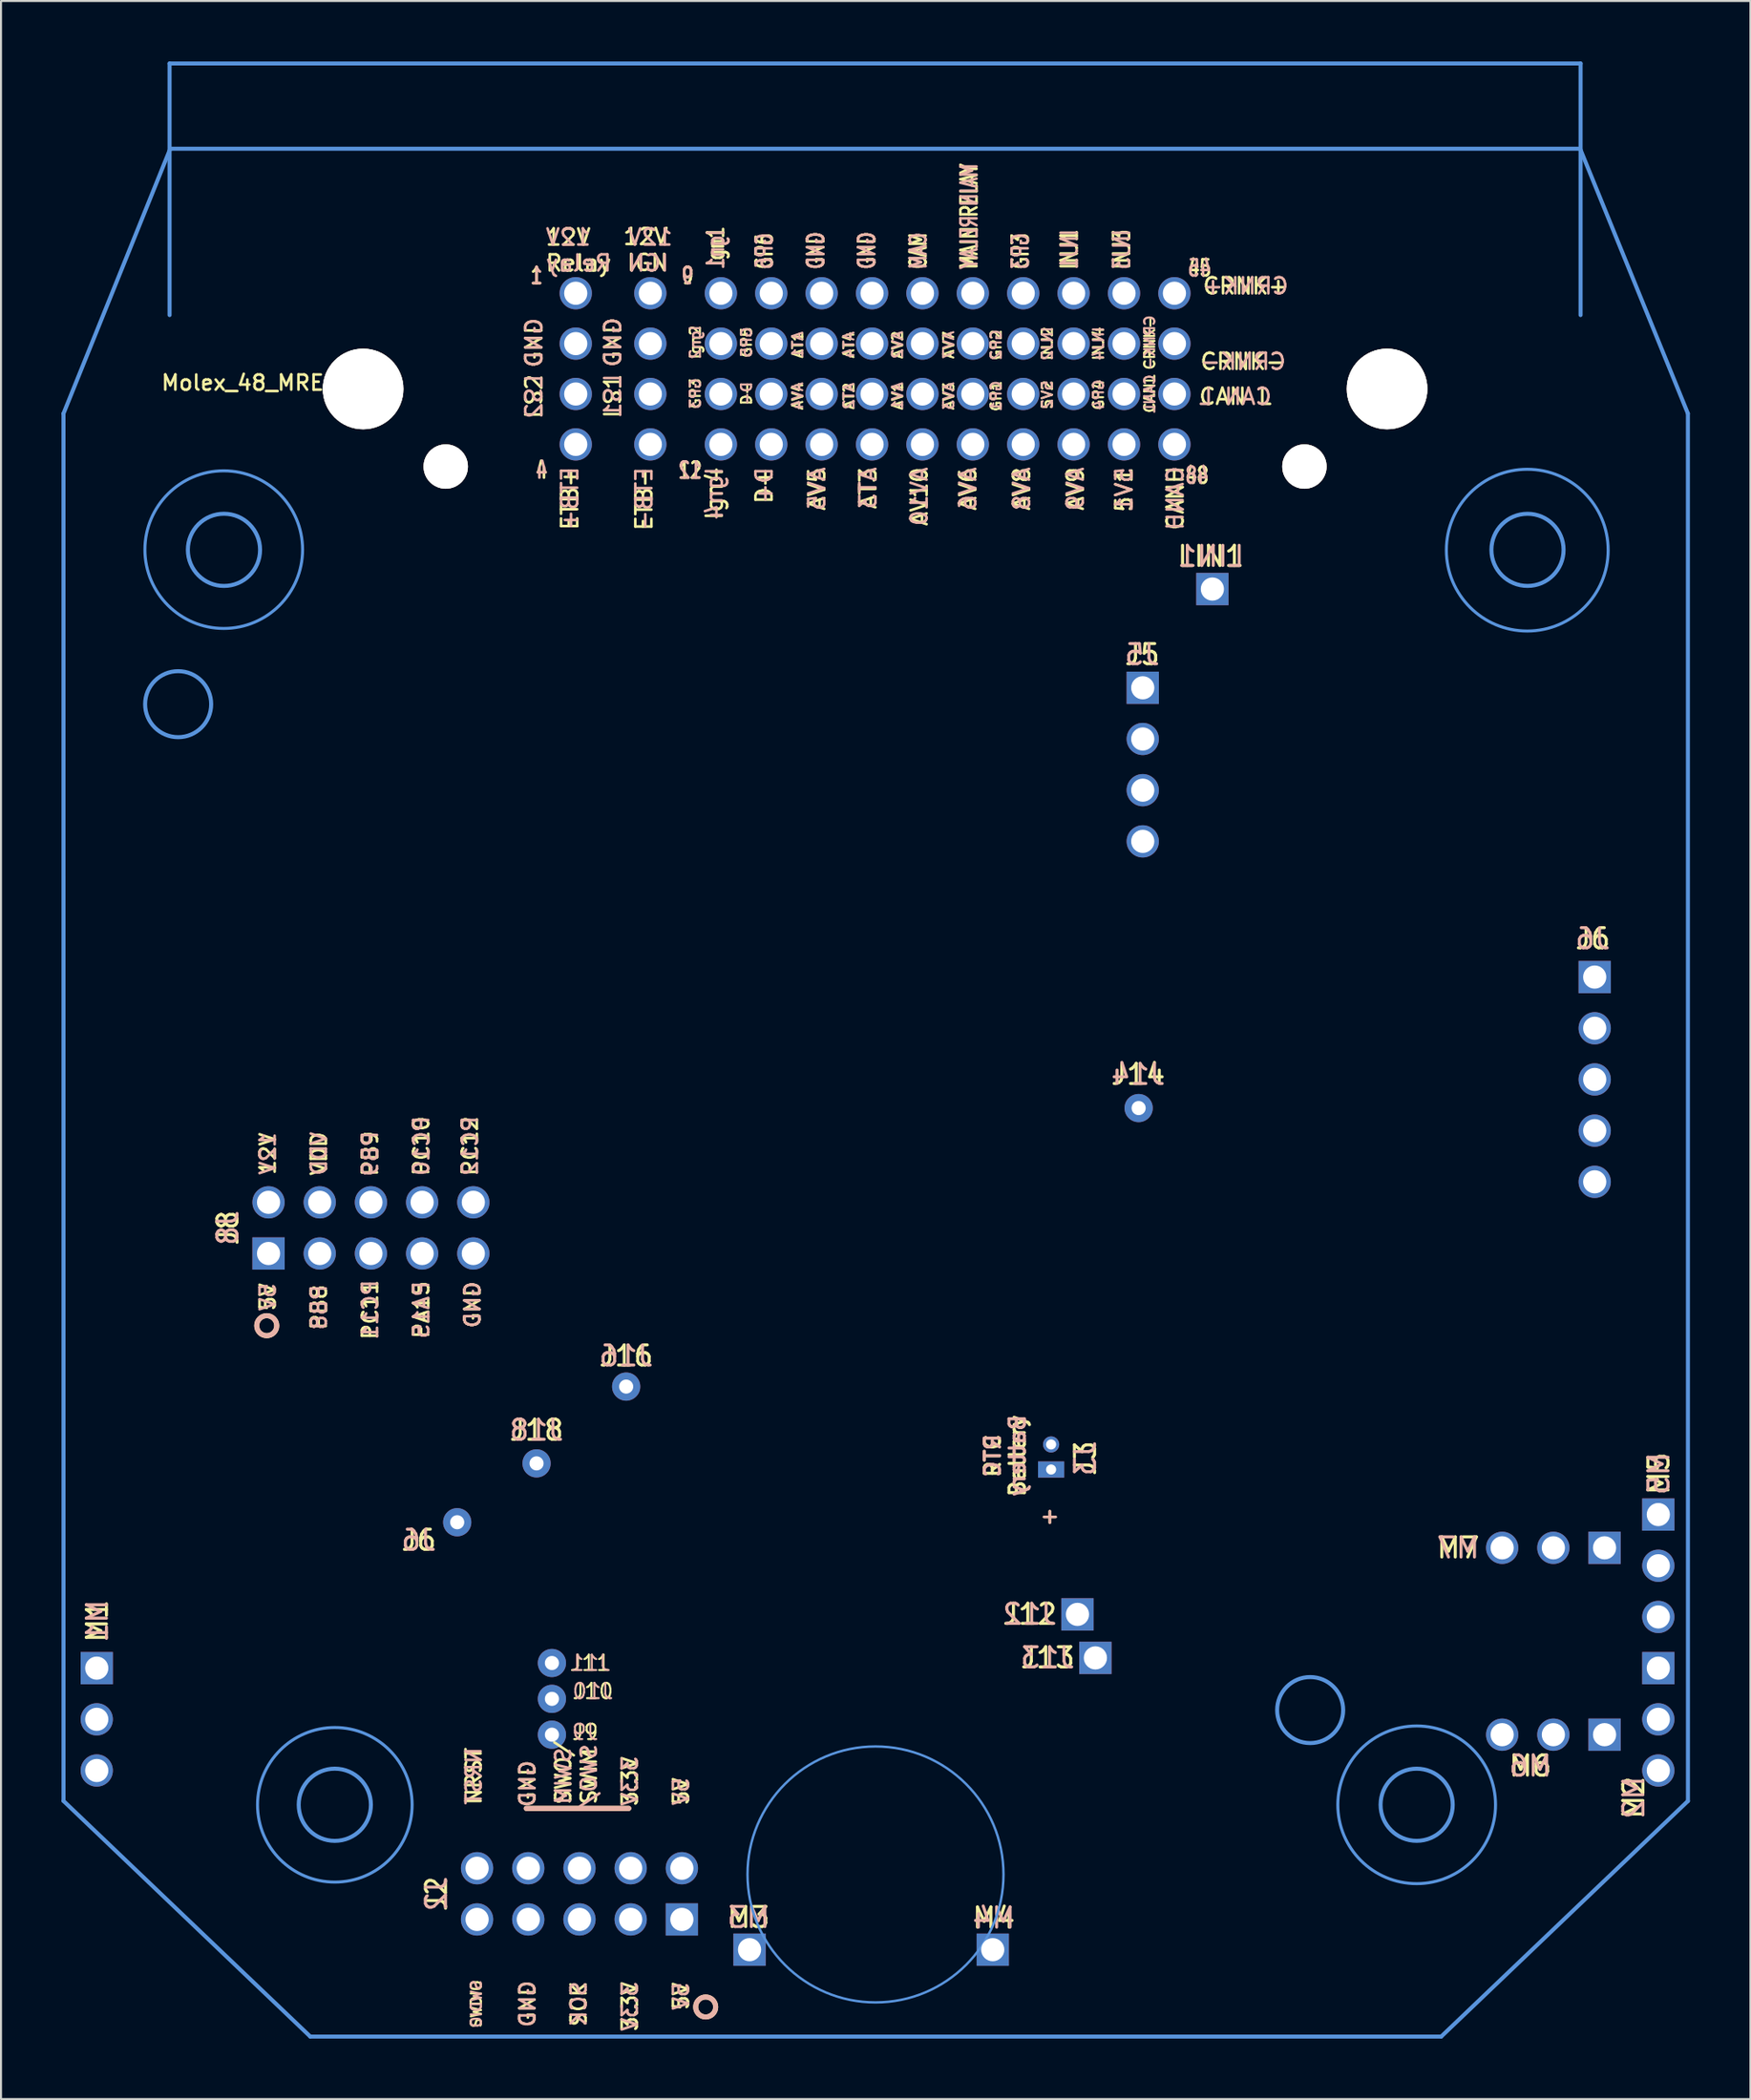
<source format=kicad_pcb>
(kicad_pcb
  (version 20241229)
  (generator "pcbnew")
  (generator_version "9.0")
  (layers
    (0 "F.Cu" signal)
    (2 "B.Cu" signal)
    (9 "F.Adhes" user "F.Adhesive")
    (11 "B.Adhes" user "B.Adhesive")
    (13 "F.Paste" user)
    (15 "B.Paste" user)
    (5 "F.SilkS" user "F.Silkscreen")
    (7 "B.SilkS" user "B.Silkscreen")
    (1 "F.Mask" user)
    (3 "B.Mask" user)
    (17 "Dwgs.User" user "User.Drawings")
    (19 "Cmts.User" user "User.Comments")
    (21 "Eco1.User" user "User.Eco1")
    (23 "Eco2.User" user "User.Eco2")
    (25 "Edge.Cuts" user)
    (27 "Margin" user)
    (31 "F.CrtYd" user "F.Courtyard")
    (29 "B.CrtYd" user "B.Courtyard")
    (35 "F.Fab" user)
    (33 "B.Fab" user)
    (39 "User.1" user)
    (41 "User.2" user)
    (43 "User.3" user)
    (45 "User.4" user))
  (footprint "Molex_48_MRE"
    (layer "F.Cu")
    (at 25.474 11.497)
    (property "Reference" "Molex_48_MRE" (at -16.485 4.445 0) (layer "F.SilkS") (effects (font (size 0.75 0.75) (thickness 0.13))))
    (attr through_hole)
    (fp_line (start -2.413 75.184) (end 2.667 75.184) (stroke (width 0.254) (type solid)) (layer "F.SilkS"))
    (fp_circle (center -15.291 51.232) (end -14.973 51.613) (stroke (width 0.25) (type solid)) (fill no) (layer "F.SilkS"))
    (fp_circle (center 6.485 85.037) (end 6.802 85.418) (stroke (width 0.25) (type solid)) (fill no) (layer "F.SilkS"))
    (fp_line (start -2.413 75.184) (end 2.667 75.184) (stroke (width 0.254) (type solid)) (layer "B.SilkS"))
    (fp_circle (center -15.291 51.232) (end -14.795 51.232) (stroke (width 0.25) (type solid)) (fill no) (layer "B.SilkS"))
    (fp_circle (center 6.485 85.037) (end 6.981 85.037) (stroke (width 0.25) (type solid)) (fill no) (layer "B.SilkS"))
    (fp_line (start -25.374 5.973) (end -25.372 74.816) (stroke (width 0.2) (type solid)) (layer "Cmts.User"))
    (fp_line (start -25.374 5.973) (end -20.078 -7.166) (stroke (width 0.2) (type solid)) (layer "Cmts.User"))
    (fp_line (start -20.111 -11.397) (end -20.111 1.086) (stroke (width 0.2) (type solid)) (layer "Cmts.User"))
    (fp_line (start -20.078 -7.166) (end 49.867 -7.166) (stroke (width 0.2) (type solid)) (layer "Cmts.User"))
    (fp_line (start -13.129 86.507) (end -25.372 74.816) (stroke (width 0.2) (type solid)) (layer "Cmts.User"))
    (fp_line (start -13.129 86.507) (end 42.973 86.507) (stroke (width 0.2) (type solid)) (layer "Cmts.User"))
    (fp_line (start 49.867 -7.166) (end 55.214 5.973) (stroke (width 0.2) (type solid)) (layer "Cmts.User"))
    (fp_line (start 49.889 -11.397) (end -20.111 -11.397) (stroke (width 0.2) (type solid)) (layer "Cmts.User"))
    (fp_line (start 49.889 -11.397) (end 49.889 1.086) (stroke (width 0.2) (type solid)) (layer "Cmts.User"))
    (fp_line (start 55.214 5.973) (end 55.216 74.816) (stroke (width 0.2) (type solid)) (layer "Cmts.User"))
    (fp_line (start 55.216 74.816) (end 42.973 86.507) (stroke (width 0.2) (type solid)) (layer "Cmts.User"))
    (fp_circle (center -19.686 20.394) (end -18.048 20.394) (stroke (width 0.2) (type solid)) (fill no) (layer "Cmts.User"))
    (fp_circle (center -17.424 12.725) (end -13.513 12.725) (stroke (width 0.15) (type solid)) (fill no) (layer "Cmts.User"))
    (fp_circle (center -17.413 12.736) (end -15.622 12.736) (stroke (width 0.2) (type solid)) (fill no) (layer "Cmts.User"))
    (fp_circle (center -11.914 75.004) (end -10.123 75.004) (stroke (width 0.2) (type solid)) (fill no) (layer "Cmts.User"))
    (fp_circle (center -11.913 75.006) (end -15.748 75.006) (stroke (width 0.15) (type solid)) (fill no) (layer "Cmts.User"))
    (fp_circle (center 14.91 78.461) (end 21.26 78.461) (stroke (width 0.12) (type solid)) (fill no) (layer "Cmts.User"))
    (fp_circle (center 36.474 70.305) (end 38.112 70.305) (stroke (width 0.2) (type solid)) (fill no) (layer "Cmts.User"))
    (fp_circle (center 41.757 75.004) (end 43.547 75.004) (stroke (width 0.2) (type solid)) (fill no) (layer "Cmts.User"))
    (fp_circle (center 41.758 75.006) (end 37.846 75.006) (stroke (width 0.15) (type solid)) (fill no) (layer "Cmts.User"))
    (fp_circle (center 47.244 12.751) (end 51.257 12.751) (stroke (width 0.15) (type solid)) (fill no) (layer "Cmts.User"))
    (fp_circle (center 47.256 12.736) (end 49.046 12.736) (stroke (width 0.2) (type solid)) (fill no) (layer "Cmts.User"))
    (fp_text user "GND" (at -5.08 50.19 270) (layer "F.SilkS") (effects (font (size 0.75 0.75) (thickness 0.13))))
    (fp_text user "LS1" (at 1.88 5.105 90) (layer "F.SilkS") (effects (font (size 0.8 0.8) (thickness 0.127))))
    (fp_text user "J11" (at 0.762 67.97 0) (layer "F.SilkS") (effects (font (size 0.762 0.762) (thickness 0.102))))
    (fp_text user "GND" (at -2.355 73.962 270) (layer "F.SilkS") (effects (font (size 0.75 0.75) (thickness 0.13))))
    (fp_text user "M4" (at 20.777 80.62 0) (layer "F.SilkS") (effects (font (size 1 1) (thickness 0.15))))
    (fp_text user "9" (at 5.588 -0.864 0) (layer "F.SilkS") (effects (font (size 0.8 0.6) (thickness 0.13))))
    (fp_text user "CANL" (at 28.512 4.991 90) (layer "F.SilkS") (effects (font (size 0.508 0.508) (thickness 0.102))))
    (fp_text user "CAM" (at 17.033 -1.113 90) (layer "F.SilkS") (effects (font (size 0.8 0.6) (thickness 0.13)) (justify left)))
    (fp_text user "Ign4" (at 6.921 8.558 90) (layer "F.SilkS") (effects (font (size 0.8 0.8) (thickness 0.13)) (justify right)))
    (fp_text user "1" (at -1.905 -0.864 0) (layer "F.SilkS") (effects (font (size 0.8 0.6) (thickness 0.13))))
    (fp_text user "12V" (at -15.24 42.697 270) (layer "F.SilkS") (effects (font (size 0.75 0.75) (thickness 0.13))))
    (fp_text user "J14" (at 27.94 38.76 0) (layer "F.SilkS") (effects (font (size 1 1) (thickness 0.15))))
    (fp_text user "GP2" (at 20.892 2.565 90) (layer "F.SilkS") (effects (font (size 0.508 0.508) (thickness 0.102))))
    (fp_text user "3.3V" (at 2.725 73.835 270) (layer "F.SilkS") (effects (font (size 0.75 0.75) (thickness 0.13))))
    (fp_text user "INJ4" (at 25.971 2.502 90) (layer "F.SilkS") (effects (font (size 0.508 0.508) (thickness 0.102))))
    (fp_text user "ETB+" (at -0.254 10.185 90) (layer "F.SilkS") (effects (font (size 0.8 0.8) (thickness 0.13))))
    (fp_text user "INJ1" (at 24.526 -1.113 90) (layer "F.SilkS") (effects (font (size 0.8 0.6) (thickness 0.13)) (justify left)))
    (fp_text user "INJ3" (at 27.126 -1.113 90) (layer "F.SilkS") (effects (font (size 0.8 0.6) (thickness 0.13)) (justify left)))
    (fp_text user "AT2" (at 13.589 5.105 90) (layer "F.SilkS") (effects (font (size 0.508 0.508) (thickness 0.102))))
    (fp_text user "CRNK+" (at 33.274 -0.356 0) (layer "F.SilkS") (effects (font (size 0.8 0.8) (thickness 0.13))))
    (fp_text user "M3" (at 8.611 80.594 0) (layer "F.SilkS") (effects (font (size 1 1) (thickness 0.15))))
    (fp_text user "SWO/" (at -0.577 73.406 270) (layer "F.SilkS") (effects (font (size 0.75 0.75) (thickness 0.13))))
    (fp_text user "AT4" (at 13.589 2.565 90) (layer "F.SilkS") (effects (font (size 0.508 0.508) (thickness 0.102))))
    (fp_text user "PC10" (at -7.62 42.316 270) (layer "F.SilkS") (effects (font (size 0.75 0.75) (thickness 0.13))))
    (fp_text user "GND" (at 14.478 -1.113 90) (layer "F.SilkS") (effects (font (size 0.8 0.6) (thickness 0.13)) (justify left)))
    (fp_text user "M6" (at 47.396 73.076 0) (layer "F.SilkS") (effects (font (size 1 1) (thickness 0.15))))
    (fp_text user "J5" (at 28.143 17.932 0) (layer "F.SilkS") (effects (font (size 1 1) (thickness 0.15))))
    (fp_text user "12V\nIGN" (at 4.699 -2.159 0) (layer "F.SilkS") (effects (font (size 0.8 0.8) (thickness 0.13)) (justify right)))
    (fp_text user "AV5" (at 12.002 8.558 90) (layer "F.SilkS") (effects (font (size 0.8 0.8) (thickness 0.13)) (justify right)))
    (fp_text user "CANH" (at 29.782 8.508 90) (layer "F.SilkS") (effects (font (size 0.8 0.8) (thickness 0.13)) (justify right)))
    (fp_text user "GND" (at -2.355 84.884 270) (layer "F.SilkS") (effects (font (size 0.75 0.75) (thickness 0.13))))
    (fp_text user "D+" (at 9.389 8.558 90) (layer "F.SilkS") (effects (font (size 0.8 0.8) (thickness 0.13)) (justify right)))
    (fp_text user "SCK" (at 0.185 84.884 270) (layer "F.SilkS") (effects (font (size 0.75 0.75) (thickness 0.13))))
    (fp_text user "GND" (at -2.032 2.46 90) (layer "F.SilkS") (effects (font (size 0.8 0.8) (thickness 0.13))))
    (fp_text user "J6" (at 50.495 32.029 0) (layer "F.SilkS") (effects (font (size 1 1) (thickness 0.15))))
    (fp_text user "PC12" (at -5.207 42.316 270) (layer "F.SilkS") (effects (font (size 0.75 0.75) (thickness 0.13))))
    (fp_text user "AV10" (at 17.081 8.558 90) (layer "F.SilkS") (effects (font (size 0.8 0.8) (thickness 0.13)) (justify right)))
    (fp_text user "NRST" (at -5.022 73.581 270) (layer "F.SilkS") (effects (font (size 0.75 0.75) (thickness 0.13))))
    (fp_text user "GND" (at 1.88 2.438 90) (layer "F.SilkS") (effects (font (size 0.8 0.8) (thickness 0.127))))
    (fp_text user "12" (at 5.715 8.788 0) (layer "F.SilkS") (effects (font (size 0.8 0.6) (thickness 0.13))))
    (fp_text user "INJ2" (at 23.431 2.502 90) (layer "F.SilkS") (effects (font (size 0.508 0.508) (thickness 0.102))))
    (fp_text user "48" (at 30.861 9.042 0) (layer "F.SilkS") (effects (font (size 0.8 0.6) (thickness 0.13))))
    (fp_text user "PC11" (at -10.16 50.444 270) (layer "F.SilkS") (effects (font (size 0.75 0.75) (thickness 0.13))))
    (fp_text user "AV7" (at 18.542 2.565 90) (layer "F.SilkS") (effects (font (size 0.508 0.508) (thickness 0.102))))
    (fp_text user "PB8" (at -12.7 50.317 270) (layer "F.SilkS") (effects (font (size 0.75 0.75) (thickness 0.13))))
    (fp_text user "D-" (at 8.509 4.978 90) (layer "F.SilkS") (effects (font (size 0.508 0.508) (thickness 0.102))))
    (fp_text user "AT3" (at 14.541 8.558 90) (layer "F.SilkS") (effects (font (size 0.8 0.8) (thickness 0.13)) (justify right)))
    (fp_text user "GP3" (at 22.098 -1.113 90) (layer "F.SilkS") (effects (font (size 0.8 0.6) (thickness 0.13)) (justify left)))
    (fp_text user "SWDIO" (at -4.895 84.884 270) (layer "F.SilkS") (effects (font (size 0.508 0.508) (thickness 0.102))))
    (fp_text user "CAN L" (at 32.766 5.127 0) (layer "F.SilkS") (effects (font (size 0.8 0.8) (thickness 0.13))))
    (fp_text user "J2" (at -6.876 79.423 90) (layer "F.SilkS") (effects (font (size 1 1) (thickness 0.15))))
    (fp_text user "PB9" (at -10.16 42.697 270) (layer "F.SilkS") (effects (font (size 0.75 0.75) (thickness 0.13))))
    (fp_text user "CRNK-" (at 28.512 2.451 90) (layer "F.SilkS") (effects (font (size 0.508 0.508) (thickness 0.102))))
    (fp_text user "GP5" (at 8.509 2.438 90) (layer "F.SilkS") (effects (font (size 0.508 0.508) (thickness 0.102))))
    (fp_text user "MAIN RELAY" (at 19.558 -1.113 90) (layer "F.SilkS") (effects (font (size 0.8 0.6) (thickness 0.13)) (justify left)))
    (fp_text user "LS2" (at -2.032 5.127 90) (layer "F.SilkS") (effects (font (size 0.8 0.8) (thickness 0.13))))
    (fp_text user "J8" (at -17.221 46.38 90) (layer "F.SilkS") (effects (font (size 1 1) (thickness 0.15))))
    (fp_text user "GP6" (at 9.398 -1.113 90) (layer "F.SilkS") (effects (font (size 0.8 0.6) (thickness 0.13)) (justify left)))
    (fp_text user "LIN1" (at 31.547 13.056 0) (layer "F.SilkS") (effects (font (size 1 1) (thickness 0.15))))
    (fp_text user "5V" (at -15.24 49.809 270) (layer "F.SilkS") (effects (font (size 0.75 0.75) (thickness 0.13))))
    (fp_text user "AV8" (at 22.162 8.558 90) (layer "F.SilkS") (effects (font (size 0.8 0.8) (thickness 0.13)) (justify right)))
    (fp_text user "AV2" (at 16.002 2.565 90) (layer "F.SilkS") (effects (font (size 0.508 0.508) (thickness 0.102))))
    (fp_text user "GP4" (at 25.971 5.042 90) (layer "F.SilkS") (effects (font (size 0.508 0.508) (thickness 0.102))))
    (fp_text user "GND" (at 11.953 -1.113 90) (layer "F.SilkS") (effects (font (size 0.8 0.6) (thickness 0.13)) (justify left)))
    (fp_text user "RTC\nBattery\n" (at 21.336 57.683 90) (layer "F.SilkS") (effects (font (size 0.762 0.762) (thickness 0.152))))
    (fp_text user "GP3" (at 5.969 4.978 90) (layer "F.SilkS") (effects (font (size 0.508 0.508) (thickness 0.102))))
    (fp_text user "5V" (at 5.265 84.503 270) (layer "F.SilkS") (effects (font (size 0.75 0.75) (thickness 0.13))))
    (fp_text user "J16" (at 2.54 52.73 0) (layer "F.SilkS") (effects (font (size 1 1) (thickness 0.15))))
    (fp_text user "J13" (at 23.452 67.707 0) (layer "F.SilkS") (effects (font (size 1 1) (thickness 0.15))))
    (fp_text user "M7" (at 43.815 62.255 0) (layer "F.SilkS") (effects (font (size 1 1) (thickness 0.15))))
    (fp_text user "VDD" (at -12.7 42.697 270) (layer "F.SilkS") (effects (font (size 0.75 0.75) (thickness 0.13))))
    (fp_text user "5V2" (at 23.431 5.042 90) (layer "F.SilkS") (effects (font (size 0.508 0.508) (thickness 0.102))))
    (fp_text user "Ign2" (at 5.969 2.438 90) (layer "F.SilkS") (effects (font (size 0.508 0.508) (thickness 0.102))))
    (fp_text user "12V\nRelay" (at -1.524 -2.134 0) (layer "F.SilkS") (effects (font (size 0.8 0.8) (thickness 0.13)) (justify left)))
    (fp_text user "CRNK-" (at 33.147 3.391 0) (layer "F.SilkS") (effects (font (size 0.8 0.8) (thickness 0.13))))
    (fp_text user "M2" (at 52.527 74.651 90) (layer "F.SilkS") (effects (font (size 1 1) (thickness 0.15))))
    (fp_text user "+" (at 23.558 60.668 0) (layer "F.SilkS") (effects (font (size 0.75 0.75) (thickness 0.13))))
    (fp_text user "J10" (at 0.889 69.367 0) (layer "F.SilkS") (effects (font (size 0.762 0.762) (thickness 0.102))))
    (fp_text user "AV9" (at 24.828 8.558 90) (layer "F.SilkS") (effects (font (size 0.8 0.8) (thickness 0.13)) (justify right)))
    (fp_text user "PA15" (at -7.62 50.444 270) (layer "F.SilkS") (effects (font (size 0.75 0.75) (thickness 0.13))))
    (fp_text user "AV6" (at 19.494 8.558 90) (layer "F.SilkS") (effects (font (size 0.8 0.8) (thickness 0.13)) (justify right)))
    (fp_text user "J18" (at -1.905 56.413 0) (layer "F.SilkS") (effects (font (size 1 1) (thickness 0.15))))
    (fp_text user "J3" (at 25.324 57.81 90) (layer "F.SilkS") (effects (font (size 1 1) (thickness 0.15))))
    (fp_text user "AV3" (at 18.542 5.105 90) (layer "F.SilkS") (effects (font (size 0.508 0.508) (thickness 0.102))))
    (fp_text user "5V" (at 5.265 74.343 270) (layer "F.SilkS") (effects (font (size 0.75 0.75) (thickness 0.13))))
    (fp_text user "J12" (at 22.563 65.548 0) (layer "F.SilkS") (effects (font (size 1 1) (thickness 0.15))))
    (fp_text user "ETB-" (at 3.429 8.558 90) (layer "F.SilkS") (effects (font (size 0.8 0.8) (thickness 0.13)) (justify right)))
    (fp_text user "Ign1" (at 6.985 -1.27 90) (layer "F.SilkS") (effects (font (size 0.8 0.6) (thickness 0.13)) (justify left)))
    (fp_text user "M5" (at 53.772 58.572 90) (layer "F.SilkS") (effects (font (size 1 1) (thickness 0.15))))
    (fp_text user "4" (at -1.651 8.788 0) (layer "F.SilkS") (effects (font (size 0.8 0.6) (thickness 0.13))))
    (fp_text user "3.3V" (at 2.725 85.011 270) (layer "F.SilkS") (effects (font (size 0.75 0.75) (thickness 0.13))))
    (fp_text user "J6" (at -7.747 61.874 0) (layer "F.SilkS") (effects (font (size 1 1) (thickness 0.15))))
    (fp_text user "AV4" (at 11.049 5.105 90) (layer "F.SilkS") (effects (font (size 0.508 0.508) (thickness 0.102))))
    (fp_text user "AT1" (at 11.049 2.565 90) (layer "F.SilkS") (effects (font (size 0.508 0.508) (thickness 0.102))))
    (fp_text user "45" (at 30.988 -1.245 0) (layer "F.SilkS") (effects (font (size 0.8 0.6) (thickness 0.13))))
    (fp_text user "5V1" (at 27.241 8.558 90) (layer "F.SilkS") (effects (font (size 0.8 0.8) (thickness 0.13)) (justify right)))
    (fp_text user "GP1" (at 20.892 5.105 90) (layer "F.SilkS") (effects (font (size 0.508 0.508) (thickness 0.102))))
    (fp_text user "M1" (at -23.698 65.888 90) (layer "F.SilkS") (effects (font (size 1 1) (thickness 0.15))))
    (fp_text user "AV1" (at 16.002 5.105 90) (layer "F.SilkS") (effects (font (size 0.508 0.508) (thickness 0.102))))
    (fp_text user "J9" (at 0.508 71.399 0) (layer "F.SilkS") (effects (font (size 0.762 0.762) (thickness 0.102))))
    (fp_text user "SWIM" (at 0.693 73.581 270) (layer "F.SilkS") (effects (font (size 0.75 0.75) (thickness 0.13))))
    (fp_text user "PA15" (at -7.62 50.444 270) (layer "B.SilkS") (effects (font (size 0.75 0.75) (thickness 0.13)) (justify mirror)))
    (fp_text user "CRNK-" (at 28.512 2.451 90) (layer "B.SilkS") (effects (font (size 0.508 0.508) (thickness 0.102)) (justify mirror)))
    (fp_text user "AV5" (at 12.002 8.558 90) (layer "B.SilkS") (effects (font (size 0.8 0.8) (thickness 0.13)) (justify left mirror)))
    (fp_text user "J5" (at 28.143 17.932 0) (layer "B.SilkS") (effects (font (size 1 1) (thickness 0.15)) (justify mirror)))
    (fp_text user "M1" (at -23.698 65.888 90) (layer "B.SilkS") (effects (font (size 1 1) (thickness 0.15)) (justify mirror)))
    (fp_text user "5V2" (at 23.431 5.042 90) (layer "B.SilkS") (effects (font (size 0.508 0.508) (thickness 0.102)) (justify mirror)))
    (fp_text user "M2" (at 52.527 74.651 90) (layer "B.SilkS") (effects (font (size 1 1) (thickness 0.15)) (justify mirror)))
    (fp_text user "GND" (at -2.355 84.884 270) (layer "B.SilkS") (effects (font (size 0.75 0.75) (thickness 0.13)) (justify mirror)))
    (fp_text user "PC10" (at -7.62 42.316 270) (layer "B.SilkS") (effects (font (size 0.75 0.75) (thickness 0.13)) (justify mirror)))
    (fp_text user "LS1" (at 1.88 5.105 90) (layer "B.SilkS") (effects (font (size 0.8 0.8) (thickness 0.127)) (justify mirror)))
    (fp_text user "5V" (at -15.24 49.809 270) (layer "B.SilkS") (effects (font (size 0.75 0.75) (thickness 0.13)) (justify mirror)))
    (fp_text user "+" (at 23.558 60.668 0) (layer "B.SilkS") (effects (font (size 0.75 0.75) (thickness 0.13)) (justify mirror)))
    (fp_text user "5V1" (at 27.241 8.558 90) (layer "B.SilkS") (effects (font (size 0.8 0.8) (thickness 0.13)) (justify left mirror)))
    (fp_text user "AT4" (at 13.589 2.565 90) (layer "B.SilkS") (effects (font (size 0.508 0.508) (thickness 0.102)) (justify mirror)))
    (fp_text user "CAN L" (at 32.766 5.127 0) (layer "B.SilkS") (effects (font (size 0.8 0.8) (thickness 0.13)) (justify mirror)))
    (fp_text user "3.3V" (at 2.725 73.835 270) (layer "B.SilkS") (effects (font (size 0.75 0.75) (thickness 0.13)) (justify mirror)))
    (fp_text user "J6" (at -7.747 61.874 0) (layer "B.SilkS") (effects (font (size 1 1) (thickness 0.15)) (justify mirror)))
    (fp_text user "AV9" (at 24.828 8.558 90) (layer "B.SilkS") (effects (font (size 0.8 0.8) (thickness 0.13)) (justify left mirror)))
    (fp_text user "GND" (at -5.08 50.19 270) (layer "B.SilkS") (effects (font (size 0.75 0.75) (thickness 0.13)) (justify mirror)))
    (fp_text user "PC11" (at -10.16 50.444 270) (layer "B.SilkS") (effects (font (size 0.75 0.75) (thickness 0.13)) (justify mirror)))
    (fp_text user "PC12" (at -5.207 42.316 270) (layer "B.SilkS") (effects (font (size 0.75 0.75) (thickness 0.13)) (justify mirror)))
    (fp_text user "Ign4" (at 6.921 8.558 90) (layer "B.SilkS") (effects (font (size 0.8 0.8) (thickness 0.13)) (justify left mirror)))
    (fp_text user "D+" (at 9.389 8.558 90) (layer "B.SilkS") (effects (font (size 0.8 0.8) (thickness 0.13)) (justify left mirror)))
    (fp_text user "Ign2" (at 5.969 2.438 90) (layer "B.SilkS") (effects (font (size 0.508 0.508) (thickness 0.102)) (justify mirror)))
    (fp_text user "GND" (at 11.953 -1.113 90) (layer "B.SilkS") (effects (font (size 0.8 0.6) (thickness 0.13)) (justify right mirror)))
    (fp_text user "5V" (at 5.265 74.343 270) (layer "B.SilkS") (effects (font (size 0.75 0.75) (thickness 0.13)) (justify mirror)))
    (fp_text user "J13" (at 23.452 67.707 0) (layer "B.SilkS") (effects (font (size 1 1) (thickness 0.15)) (justify mirror)))
    (fp_text user "12V\nRelay" (at -1.524 -2.134 0) (layer "B.SilkS") (effects (font (size 0.8 0.8) (thickness 0.13)) (justify right mirror)))
    (fp_text user "SWO/" (at 0.693 73.581 270) (layer "B.SilkS") (effects (font (size 0.75 0.75) (thickness 0.13)) (justify mirror)))
    (fp_text user "J6" (at 50.495 32.029 0) (layer "B.SilkS") (effects (font (size 1 1) (thickness 0.15)) (justify mirror)))
    (fp_text user "NRST" (at -5.022 73.581 270) (layer "B.SilkS") (effects (font (size 0.75 0.75) (thickness 0.13)) (justify mirror)))
    (fp_text user "D-" (at 8.509 4.978 90) (layer "B.SilkS") (effects (font (size 0.508 0.508) (thickness 0.102)) (justify mirror)))
    (fp_text user "M7" (at 43.815 62.255 0) (layer "B.SilkS") (effects (font (size 1 1) (thickness 0.15)) (justify mirror)))
    (fp_text user "GP2" (at 20.892 2.565 90) (layer "B.SilkS") (effects (font (size 0.508 0.508) (thickness 0.102)) (justify mirror)))
    (fp_text user "LS2" (at -2.032 5.127 90) (layer "B.SilkS") (effects (font (size 0.8 0.8) (thickness 0.13)) (justify mirror)))
    (fp_text user "M5" (at 53.772 58.572 90) (layer "B.SilkS") (effects (font (size 1 1) (thickness 0.15)) (justify mirror)))
    (fp_text user "AV7" (at 18.542 2.565 90) (layer "B.SilkS") (effects (font (size 0.508 0.508) (thickness 0.102)) (justify mirror)))
    (fp_text user "5V" (at 5.265 84.503 270) (layer "B.SilkS") (effects (font (size 0.75 0.75) (thickness 0.13)) (justify mirror)))
    (fp_text user "J16" (at 2.54 52.73 0) (layer "B.SilkS") (effects (font (size 1 1) (thickness 0.15)) (justify mirror)))
    (fp_text user "AT2" (at 13.589 5.105 90) (layer "B.SilkS") (effects (font (size 0.508 0.508) (thickness 0.102)) (justify mirror)))
    (fp_text user "CRNK+" (at 33.274 -0.356 0) (layer "B.SilkS") (effects (font (size 0.8 0.8) (thickness 0.13)) (justify mirror)))
    (fp_text user "M6" (at 47.396 73.076 0) (layer "B.SilkS") (effects (font (size 1 1) (thickness 0.15)) (justify mirror)))
    (fp_text user "GP3" (at 5.969 4.978 90) (layer "B.SilkS") (effects (font (size 0.508 0.508) (thickness 0.102)) (justify mirror)))
    (fp_text user "INJ3" (at 27.126 -1.113 90) (layer "B.SilkS") (effects (font (size 0.8 0.6) (thickness 0.13)) (justify right mirror)))
    (fp_text user "M3" (at 8.611 80.594 0) (layer "B.SilkS") (effects (font (size 1 1) (thickness 0.15)) (justify mirror)))
    (fp_text user "SCK" (at 0.185 84.884 270) (layer "B.SilkS") (effects (font (size 0.75 0.75) (thickness 0.13)) (justify mirror)))
    (fp_text user "PB8" (at -12.7 50.317 270) (layer "B.SilkS") (effects (font (size 0.75 0.75) (thickness 0.13)) (justify mirror)))
    (fp_text user "VDD" (at -12.7 42.697 270) (layer "B.SilkS") (effects (font (size 0.75 0.75) (thickness 0.13)) (justify mirror)))
    (fp_text user "J2" (at -6.876 79.423 90) (layer "B.SilkS") (effects (font (size 1 1) (thickness 0.15)) (justify mirror)))
    (fp_text user "GND" (at 1.88 2.438 90) (layer "B.SilkS") (effects (font (size 0.8 0.8) (thickness 0.127)) (justify mirror)))
    (fp_text user "J12" (at 22.563 65.548 0) (layer "B.SilkS") (effects (font (size 1 1) (thickness 0.15)) (justify mirror)))
    (fp_text user "1" (at -1.905 -0.864 0) (layer "B.SilkS") (effects (font (size 0.8 0.6) (thickness 0.13)) (justify mirror)))
    (fp_text user "INJ2" (at 23.431 2.502 90) (layer "B.SilkS") (effects (font (size 0.508 0.508) (thickness 0.102)) (justify mirror)))
    (fp_text user "J8" (at -17.221 46.38 90) (layer "B.SilkS") (effects (font (size 1 1) (thickness 0.15)) (justify mirror)))
    (fp_text user "AV8" (at 22.162 8.558 90) (layer "B.SilkS") (effects (font (size 0.8 0.8) (thickness 0.13)) (justify left mirror)))
    (fp_text user "3.3V" (at 2.725 85.011 270) (layer "B.SilkS") (effects (font (size 0.75 0.75) (thickness 0.13)) (justify mirror)))
    (fp_text user "J3" (at 25.324 57.81 90) (layer "B.SilkS") (effects (font (size 1 1) (thickness 0.15)) (justify mirror)))
    (fp_text user "CANH" (at 29.782 8.508 90) (layer "B.SilkS") (effects (font (size 0.8 0.8) (thickness 0.13)) (justify left mirror)))
    (fp_text user "AT3" (at 14.541 8.558 90) (layer "B.SilkS") (effects (font (size 0.8 0.8) (thickness 0.13)) (justify left mirror)))
    (fp_text user "AV6" (at 19.494 8.558 90) (layer "B.SilkS") (effects (font (size 0.8 0.8) (thickness 0.13)) (justify left mirror)))
    (fp_text user "GP4" (at 25.971 5.042 90) (layer "B.SilkS") (effects (font (size 0.508 0.508) (thickness 0.102)) (justify mirror)))
    (fp_text user "GP1" (at 20.892 5.105 90) (layer "B.SilkS") (effects (font (size 0.508 0.508) (thickness 0.102)) (justify mirror)))
    (fp_text user "J18" (at -1.905 56.413 0) (layer "B.SilkS") (effects (font (size 1 1) (thickness 0.15)) (justify mirror)))
    (fp_text user "ETB-" (at 3.429 8.558 90) (layer "B.SilkS") (effects (font (size 0.8 0.8) (thickness 0.13)) (justify left mirror)))
    (fp_text user "GND" (at -2.032 2.46 90) (layer "B.SilkS") (effects (font (size 0.8 0.8) (thickness 0.13)) (justify mirror)))
    (fp_text user "CAM" (at 17.033 -1.113 90) (layer "B.SilkS") (effects (font (size 0.8 0.6) (thickness 0.13)) (justify right mirror)))
    (fp_text user "PB9" (at -10.16 42.697 270) (layer "B.SilkS") (effects (font (size 0.75 0.75) (thickness 0.13)) (justify mirror)))
    (fp_text user "LIN1" (at 31.547 13.056 0) (layer "B.SilkS") (effects (font (size 1 1) (thickness 0.15)) (justify mirror)))
    (fp_text user "CRNK-" (at 33.147 3.391 0) (layer "B.SilkS") (effects (font (size 0.8 0.8) (thickness 0.13)) (justify mirror)))
    (fp_text user "ETB+" (at -0.254 10.185 90) (layer "B.SilkS") (effects (font (size 0.8 0.8) (thickness 0.13)) (justify mirror)))
    (fp_text user "SWDIO" (at -4.895 84.884 270) (layer "B.SilkS") (effects (font (size 0.508 0.508) (thickness 0.102)) (justify mirror)))
    (fp_text user "GP6" (at 9.398 -1.113 90) (layer "B.SilkS") (effects (font (size 0.8 0.6) (thickness 0.13)) (justify right mirror)))
    (fp_text user "48" (at 30.861 9.042 0) (layer "B.SilkS") (effects (font (size 0.8 0.6) (thickness 0.13)) (justify mirror)))
    (fp_text user "GP3" (at 22.098 -1.113 90) (layer "B.SilkS") (effects (font (size 0.8 0.6) (thickness 0.13)) (justify right mirror)))
    (fp_text user "J14" (at 27.94 38.76 0) (layer "B.SilkS") (effects (font (size 1 1) (thickness 0.15)) (justify mirror)))
    (fp_text user "12V\nIGN" (at 2.54 -2.134 0) (layer "B.SilkS") (effects (font (size 0.8 0.8) (thickness 0.13)) (justify right mirror)))
    (fp_text user "GND" (at 14.478 -1.113 90) (layer "B.SilkS") (effects (font (size 0.8 0.6) (thickness 0.13)) (justify right mirror)))
    (fp_text user "AT1" (at 11.049 2.565 90) (layer "B.SilkS") (effects (font (size 0.508 0.508) (thickness 0.102)) (justify mirror)))
    (fp_text user "AV1" (at 16.002 5.105 90) (layer "B.SilkS") (effects (font (size 0.508 0.508) (thickness 0.102)) (justify mirror)))
    (fp_text user "12" (at 5.715 8.788 0) (layer "B.SilkS") (effects (font (size 0.8 0.6) (thickness 0.13)) (justify mirror)))
    (fp_text user "Ign1" (at 6.985 -1.113 90) (layer "B.SilkS") (effects (font (size 0.8 0.6) (thickness 0.13)) (justify right mirror)))
    (fp_text user "GP5" (at 8.509 2.438 90) (layer "B.SilkS") (effects (font (size 0.508 0.508) (thickness 0.102)) (justify mirror)))
    (fp_text user "12V" (at -15.24 42.697 270) (layer "B.SilkS") (effects (font (size 0.75 0.75) (thickness 0.13)) (justify mirror)))
    (fp_text user "9" (at 5.588 -0.864 0) (layer "B.SilkS") (effects (font (size 0.8 0.6) (thickness 0.13)) (justify mirror)))
    (fp_text user "MAIN RELAY" (at 19.558 -1.113 90) (layer "B.SilkS") (effects (font (size 0.8 0.6) (thickness 0.13)) (justify right mirror)))
    (fp_text user "4" (at -1.651 8.788 0) (layer "B.SilkS") (effects (font (size 0.8 0.6) (thickness 0.13)) (justify mirror)))
    (fp_text user "SWIM" (at -0.577 73.581 270) (layer "B.SilkS") (effects (font (size 0.75 0.75) (thickness 0.13)) (justify mirror)))
    (fp_text user "AV2" (at 16.002 2.565 90) (layer "B.SilkS") (effects (font (size 0.508 0.508) (thickness 0.102)) (justify mirror)))
    (fp_text user "CANL" (at 28.512 4.991 90) (layer "B.SilkS") (effects (font (size 0.508 0.508) (thickness 0.102)) (justify mirror)))
    (fp_text user "AV10" (at 17.081 8.558 90) (layer "B.SilkS") (effects (font (size 0.8 0.8) (thickness 0.13)) (justify left mirror)))
    (fp_text user "AV3" (at 18.542 5.105 90) (layer "B.SilkS") (effects (font (size 0.508 0.508) (thickness 0.102)) (justify mirror)))
    (fp_text user "J10" (at 0.889 69.367 0) (layer "B.SilkS") (effects (font (size 0.762 0.762) (thickness 0.102)) (justify mirror)))
    (fp_text user "J11" (at 0.762 67.97 0) (layer "B.SilkS") (effects (font (size 0.762 0.762) (thickness 0.102)) (justify mirror)))
    (fp_text user "RTC\nBattery\n" (at 21.336 57.683 90) (layer "B.SilkS") (effects (font (size 0.762 0.762) (thickness 0.152)) (justify mirror)))
    (fp_text user "M4" (at 20.777 80.62 0) (layer "B.SilkS") (effects (font (size 1 1) (thickness 0.15)) (justify mirror)))
    (fp_text user "INJ1" (at 24.526 -1.113 90) (layer "B.SilkS") (effects (font (size 0.8 0.6) (thickness 0.13)) (justify right mirror)))
    (fp_text user "GND" (at -2.355 73.962 270) (layer "B.SilkS") (effects (font (size 0.75 0.75) (thickness 0.13)) (justify mirror)))
    (fp_text user "INJ4" (at 25.971 2.502 90) (layer "B.SilkS") (effects (font (size 0.508 0.508) (thickness 0.102)) (justify mirror)))
    (fp_text user "J9" (at 0.508 71.399 0) (layer "B.SilkS") (effects (font (size 0.762 0.762) (thickness 0.102)) (justify mirror)))
    (fp_text user "45" (at 30.988 -1.245 0) (layer "B.SilkS") (effects (font (size 0.8 0.6) (thickness 0.13)) (justify mirror)))
    (fp_text user "AV4" (at 11.049 5.105 90) (layer "B.SilkS") (effects (font (size 0.508 0.508) (thickness 0.102)) (justify mirror)))
    (pad "" thru_hole circle (at -10.511 4.753 270) (size 4 4) (drill 4) (layers "*.Cu" "*.Mask" "F.SilkS"))
    (pad "" thru_hole circle (at -6.411 8.603 270) (size 2.2 2.2) (drill 2.2) (layers "*.Cu" "*.Mask" "F.SilkS"))
    (pad "" thru_hole circle (at 36.189 8.603 270) (size 2.2 2.2) (drill 2.2) (layers "*.Cu" "*.Mask" "F.SilkS"))
    (pad "" thru_hole circle (at 40.289 4.753 270) (size 4 4) (drill 4) (layers "*.Cu" "*.Mask" "F.SilkS"))
    (pad "1" thru_hole circle (at 0.039 0.003 270) (size 1.6 1.6) (drill 1.15) (layers "*.Cu" "*.Mask"))
    (pad "2" thru_hole circle (at 0.039 2.503 270) (size 1.6 1.6) (drill 1.15) (layers "*.Cu" "*.Mask"))
    (pad "3" thru_hole circle (at 0.039 5.003 270) (size 1.6 1.6) (drill 1.15) (layers "*.Cu" "*.Mask"))
    (pad "4" thru_hole circle (at 0.039 7.503 270) (size 1.6 1.6) (drill 1.15) (layers "*.Cu" "*.Mask"))
    (pad "5" thru_hole circle (at 3.739 0.003 270) (size 1.6 1.6) (drill 1.15) (layers "*.Cu" "*.Mask"))
    (pad "6" thru_hole circle (at 3.739 2.503 270) (size 1.6 1.6) (drill 1.15) (layers "*.Cu" "*.Mask"))
    (pad "7" thru_hole circle (at 3.739 5.003 270) (size 1.6 1.6) (drill 1.15) (layers "*.Cu" "*.Mask"))
    (pad "8" thru_hole circle (at 3.739 7.503 270) (size 1.6 1.6) (drill 1.15) (layers "*.Cu" "*.Mask"))
    (pad "9" thru_hole circle (at 7.239 0.003 270) (size 1.6 1.6) (drill 1.15) (layers "*.Cu" "*.Mask"))
    (pad "10" thru_hole circle (at 7.239 2.503 270) (size 1.6 1.6) (drill 1.15) (layers "*.Cu" "*.Mask"))
    (pad "11" thru_hole circle (at 7.239 5.003 270) (size 1.6 1.6) (drill 1.15) (layers "*.Cu" "*.Mask"))
    (pad "12" thru_hole circle (at 7.239 7.503 270) (size 1.6 1.6) (drill 1.15) (layers "*.Cu" "*.Mask"))
    (pad "13" thru_hole circle (at 9.739 0.003 270) (size 1.6 1.6) (drill 1.15) (layers "*.Cu" "*.Mask"))
    (pad "14" thru_hole circle (at 9.739 2.503 270) (size 1.6 1.6) (drill 1.15) (layers "*.Cu" "*.Mask"))
    (pad "15" thru_hole circle (at 9.739 5.003 270) (size 1.6 1.6) (drill 1.15) (layers "*.Cu" "*.Mask"))
    (pad "16" thru_hole circle (at 9.739 7.503 270) (size 1.6 1.6) (drill 1.15) (layers "*.Cu" "*.Mask"))
    (pad "17" thru_hole circle (at 12.239 0.003 270) (size 1.6 1.6) (drill 1.15) (layers "*.Cu" "*.Mask"))
    (pad "18" thru_hole circle (at 12.239 2.503 270) (size 1.6 1.6) (drill 1.15) (layers "*.Cu" "*.Mask"))
    (pad "19" thru_hole circle (at 12.239 5.003 270) (size 1.6 1.6) (drill 1.15) (layers "*.Cu" "*.Mask"))
    (pad "20" thru_hole circle (at 12.239 7.503 270) (size 1.6 1.6) (drill 1.15) (layers "*.Cu" "*.Mask"))
    (pad "21" thru_hole circle (at 14.739 0.003 270) (size 1.6 1.6) (drill 1.15) (layers "*.Cu" "*.Mask"))
    (pad "22" thru_hole circle (at 14.739 2.503 270) (size 1.6 1.6) (drill 1.15) (layers "*.Cu" "*.Mask"))
    (pad "23" thru_hole circle (at 14.739 5.003 270) (size 1.6 1.6) (drill 1.15) (layers "*.Cu" "*.Mask"))
    (pad "24" thru_hole circle (at 14.739 7.503 270) (size 1.6 1.6) (drill 1.15) (layers "*.Cu" "*.Mask"))
    (pad "25" thru_hole circle (at 17.239 0.003 270) (size 1.6 1.6) (drill 1.15) (layers "*.Cu" "*.Mask"))
    (pad "26" thru_hole circle (at 17.239 2.503 270) (size 1.6 1.6) (drill 1.15) (layers "*.Cu" "*.Mask"))
    (pad "27" thru_hole circle (at 17.239 5.003 270) (size 1.6 1.6) (drill 1.15) (layers "*.Cu" "*.Mask"))
    (pad "28" thru_hole circle (at 17.239 7.503 270) (size 1.6 1.6) (drill 1.15) (layers "*.Cu" "*.Mask"))
    (pad "29" thru_hole circle (at 19.739 0.003 270) (size 1.6 1.6) (drill 1.15) (layers "*.Cu" "*.Mask"))
    (pad "30" thru_hole circle (at 19.739 2.503 270) (size 1.6 1.6) (drill 1.15) (layers "*.Cu" "*.Mask"))
    (pad "31" thru_hole circle (at 19.739 5.003 270) (size 1.6 1.6) (drill 1.15) (layers "*.Cu" "*.Mask"))
    (pad "32" thru_hole circle (at 19.739 7.503 270) (size 1.6 1.6) (drill 1.15) (layers "*.Cu" "*.Mask"))
    (pad "33" thru_hole circle (at 22.239 0.003 270) (size 1.6 1.6) (drill 1.15) (layers "*.Cu" "*.Mask"))
    (pad "34" thru_hole circle (at 22.239 2.503 270) (size 1.6 1.6) (drill 1.15) (layers "*.Cu" "*.Mask"))
    (pad "35" thru_hole circle (at 22.239 5.003 270) (size 1.6 1.6) (drill 1.15) (layers "*.Cu" "*.Mask"))
    (pad "36" thru_hole circle (at 22.239 7.503 270) (size 1.6 1.6) (drill 1.15) (layers "*.Cu" "*.Mask"))
    (pad "37" thru_hole circle (at 24.739 0.003 270) (size 1.6 1.6) (drill 1.15) (layers "*.Cu" "*.Mask"))
    (pad "38" thru_hole circle (at 24.739 2.503 270) (size 1.6 1.6) (drill 1.15) (layers "*.Cu" "*.Mask"))
    (pad "39" thru_hole circle (at 24.739 5.003 270) (size 1.6 1.6) (drill 1.15) (layers "*.Cu" "*.Mask"))
    (pad "40" thru_hole circle (at 24.739 7.503 270) (size 1.6 1.6) (drill 1.15) (layers "*.Cu" "*.Mask"))
    (pad "41" thru_hole circle (at 27.239 0.003 270) (size 1.6 1.6) (drill 1.15) (layers "*.Cu" "*.Mask"))
    (pad "42" thru_hole circle (at 27.239 2.503 270) (size 1.6 1.6) (drill 1.15) (layers "*.Cu" "*.Mask"))
    (pad "43" thru_hole circle (at 27.239 5.003 270) (size 1.6 1.6) (drill 1.15) (layers "*.Cu" "*.Mask"))
    (pad "44" thru_hole circle (at 27.239 7.503 270) (size 1.6 1.6) (drill 1.15) (layers "*.Cu" "*.Mask"))
    (pad "45" thru_hole circle (at 29.739 0.003 270) (size 1.6 1.6) (drill 1.15) (layers "*.Cu" "*.Mask"))
    (pad "46" thru_hole circle (at 29.739 2.503 270) (size 1.6 1.6) (drill 1.15) (layers "*.Cu" "*.Mask"))
    (pad "47" thru_hole circle (at 29.739 5.003 270) (size 1.6 1.6) (drill 1.15) (layers "*.Cu" "*.Mask"))
    (pad "48" thru_hole circle (at 29.739 7.503 270) (size 1.6 1.6) (drill 1.15) (layers "*.Cu" "*.Mask"))
    (pad "J6" thru_hole circle (at -5.842 60.985 270) (size 1.4 1.4) (drill 0.7) (layers "*.Cu" "*.Mask"))
    (pad "J9" thru_hole circle (at -1.143 71.526 270) (size 1.4 1.4) (drill 0.7) (layers "*.Cu" "*.Mask"))
    (pad "J10" thru_hole circle (at -1.143 69.748 270) (size 1.4 1.4) (drill 0.7) (layers "*.Cu" "*.Mask"))
    (pad "J11" thru_hole circle (at -1.143 67.97 270) (size 1.4 1.4) (drill 0.7) (layers "*.Cu" "*.Mask"))
    (pad "J12" thru_hole rect (at 24.93 65.557 270) (size 1.6 1.6) (drill 1.15) (layers "*.Cu" "*.Mask"))
    (pad "J13" thru_hole rect (at 25.819 67.716 270) (size 1.6 1.6) (drill 1.15) (layers "*.Cu" "*.Mask"))
    (pad "J14" thru_hole circle (at 27.965 40.434 270) (size 1.4 1.4) (drill 0.7) (layers "*.Cu" "*.Mask"))
    (pad "J16" thru_hole circle (at 2.54 54.254 270) (size 1.4 1.4) (drill 0.7) (layers "*.Cu" "*.Mask"))
    (pad "J18" thru_hole circle (at -1.905 58.064 270) (size 1.4 1.4) (drill 0.7) (layers "*.Cu" "*.Mask"))
    (pad "J31" thru_hole rect (at 23.622 58.369 270) (size 0.8 1.3) (drill 0.5) (layers "*.Cu" "*.Mask"))
    (pad "J32" thru_hole circle (at 23.622 57.125 270) (size 0.8 0.8) (drill 0.5) (layers "*.Cu" "*.Mask"))
    (pad "J51" thru_hole rect (at 28.169 19.581 270) (size 1.6 1.6) (drill 1.15) (layers "*.Cu" "*.Mask"))
    (pad "J52" thru_hole circle (at 28.169 22.121 270) (size 1.6 1.6) (drill 1.15) (layers "*.Cu" "*.Mask"))
    (pad "J53" thru_hole circle (at 28.169 24.661 270) (size 1.6 1.6) (drill 1.15) (layers "*.Cu" "*.Mask"))
    (pad "J54" thru_hole circle (at 28.169 27.201 270) (size 1.6 1.6) (drill 1.15) (layers "*.Cu" "*.Mask"))
    (pad "J61" thru_hole rect (at 50.59 33.934 270) (size 1.6 1.6) (drill 1.15) (layers "*.Cu" "*.Mask"))
    (pad "J62" thru_hole circle (at 50.59 36.474 270) (size 1.6 1.6) (drill 1.15) (layers "*.Cu" "*.Mask"))
    (pad "J63" thru_hole circle (at 50.59 39.014 270) (size 1.6 1.6) (drill 1.15) (layers "*.Cu" "*.Mask"))
    (pad "J64" thru_hole circle (at 50.59 41.554 270) (size 1.6 1.6) (drill 1.15) (layers "*.Cu" "*.Mask"))
    (pad "J65" thru_hole circle (at 50.59 44.094 270) (size 1.6 1.6) (drill 1.15) (layers "*.Cu" "*.Mask"))
    (pad "J201" thru_hole rect (at 5.304 80.693 270) (size 1.6 1.6) (drill 1.15) (layers "*.Cu" "*.Mask"))
    (pad "J202" thru_hole circle (at 5.304 78.153 270) (size 1.6 1.6) (drill 1.15) (layers "*.Cu" "*.Mask"))
    (pad "J203" thru_hole circle (at 2.764 80.693 270) (size 1.6 1.6) (drill 1.15) (layers "*.Cu" "*.Mask"))
    (pad "J204" thru_hole circle (at 2.764 78.153 270) (size 1.6 1.6) (drill 1.15) (layers "*.Cu" "*.Mask"))
    (pad "J205" thru_hole circle (at 0.224 80.693 270) (size 1.6 1.6) (drill 1.15) (layers "*.Cu" "*.Mask"))
    (pad "J206" thru_hole circle (at 0.224 78.153 270) (size 1.6 1.6) (drill 1.15) (layers "*.Cu" "*.Mask"))
    (pad "J207" thru_hole circle (at -2.316 80.693 270) (size 1.6 1.6) (drill 1.15) (layers "*.Cu" "*.Mask"))
    (pad "J208" thru_hole circle (at -2.316 78.153 270) (size 1.6 1.6) (drill 1.15) (layers "*.Cu" "*.Mask"))
    (pad "J209" thru_hole circle (at -4.856 80.693 270) (size 1.6 1.6) (drill 1.15) (layers "*.Cu" "*.Mask"))
    (pad "J210" thru_hole circle (at -4.856 78.153 270) (size 1.6 1.6) (drill 1.15) (layers "*.Cu" "*.Mask"))
    (pad "J801" thru_hole rect (at -15.202 47.65 270) (size 1.6 1.6) (drill 1.15) (layers "*.Cu" "*.Mask"))
    (pad "J802" thru_hole circle (at -15.202 45.11 270) (size 1.6 1.6) (drill 1.15) (layers "*.Cu" "*.Mask"))
    (pad "J803" thru_hole circle (at -12.662 47.65 270) (size 1.6 1.6) (drill 1.15) (layers "*.Cu" "*.Mask"))
    (pad "J804" thru_hole circle (at -12.662 45.11 270) (size 1.6 1.6) (drill 1.15) (layers "*.Cu" "*.Mask"))
    (pad "J805" thru_hole circle (at -10.122 47.65 270) (size 1.6 1.6) (drill 1.15) (layers "*.Cu" "*.Mask"))
    (pad "J806" thru_hole circle (at -10.122 45.11 270) (size 1.6 1.6) (drill 1.15) (layers "*.Cu" "*.Mask"))
    (pad "J807" thru_hole circle (at -7.582 47.65 270) (size 1.6 1.6) (drill 1.15) (layers "*.Cu" "*.Mask"))
    (pad "J808" thru_hole circle (at -7.582 45.11 270) (size 1.6 1.6) (drill 1.15) (layers "*.Cu" "*.Mask"))
    (pad "J809" thru_hole circle (at -5.042 47.65 270) (size 1.6 1.6) (drill 1.15) (layers "*.Cu" "*.Mask"))
    (pad "J810" thru_hole circle (at -5.042 45.11 270) (size 1.6 1.6) (drill 1.15) (layers "*.Cu" "*.Mask"))
    (pad "LIN1" thru_hole rect (at 31.623 14.681 270) (size 1.6 1.6) (drill 1.15) (layers "*.Cu" "*.Mask"))
    (pad "M3" thru_hole rect (at 8.661 82.194 270) (size 1.6 1.6) (drill 1.15) (layers "*.Cu" "*.Mask"))
    (pad "M4" thru_hole rect (at 20.726 82.194 270) (size 1.6 1.6) (drill 1.15) (layers "*.Cu" "*.Mask"))
    (pad "M11" thru_hole rect (at -23.724 68.224 270) (size 1.6 1.6) (drill 1.15) (layers "*.Cu" "*.Mask"))
    (pad "M12" thru_hole circle (at -23.724 70.764 270) (size 1.6 1.6) (drill 1.15) (layers "*.Cu" "*.Mask"))
    (pad "M13" thru_hole circle (at -23.724 73.304 270) (size 1.6 1.6) (drill 1.15) (layers "*.Cu" "*.Mask"))
    (pad "M21" thru_hole rect (at 53.746 68.224 270) (size 1.6 1.6) (drill 1.15) (layers "*.Cu" "*.Mask"))
    (pad "M22" thru_hole circle (at 53.746 70.764 270) (size 1.6 1.6) (drill 1.15) (layers "*.Cu" "*.Mask"))
    (pad "M23" thru_hole circle (at 53.746 73.304 270) (size 1.6 1.6) (drill 1.15) (layers "*.Cu" "*.Mask"))
    (pad "M51" thru_hole rect (at 53.746 60.604 270) (size 1.6 1.6) (drill 1.15) (layers "*.Cu" "*.Mask"))
    (pad "M52" thru_hole circle (at 53.746 63.144 270) (size 1.6 1.6) (drill 1.15) (layers "*.Cu" "*.Mask"))
    (pad "M53" thru_hole circle (at 53.746 65.684 270) (size 1.6 1.6) (drill 1.15) (layers "*.Cu" "*.Mask"))
    (pad "M61" thru_hole rect (at 51.079 71.526 270) (size 1.6 1.6) (drill 1.15) (layers "*.Cu" "*.Mask"))
    (pad "M62" thru_hole circle (at 48.539 71.526 270) (size 1.6 1.6) (drill 1.15) (layers "*.Cu" "*.Mask"))
    (pad "M63" thru_hole circle (at 45.999 71.526 270) (size 1.6 1.6) (drill 1.15) (layers "*.Cu" "*.Mask"))
    (pad "M71" thru_hole rect (at 51.079 62.255 270) (size 1.6 1.6) (drill 1.15) (layers "*.Cu" "*.Mask"))
    (pad "M72" thru_hole circle (at 48.539 62.255 270) (size 1.6 1.6) (drill 1.15) (layers "*.Cu" "*.Mask"))
    (pad "M73" thru_hole circle (at 45.999 62.255 270) (size 1.6 1.6) (drill 1.15) (layers "*.Cu" "*.Mask")))
  (gr_rect
    (start -3 -3)
    (end 83.79 101.104)
    (stroke (width 0.1) (type default))
    (fill no)
    (layer "Edge.Cuts")))
</source>
